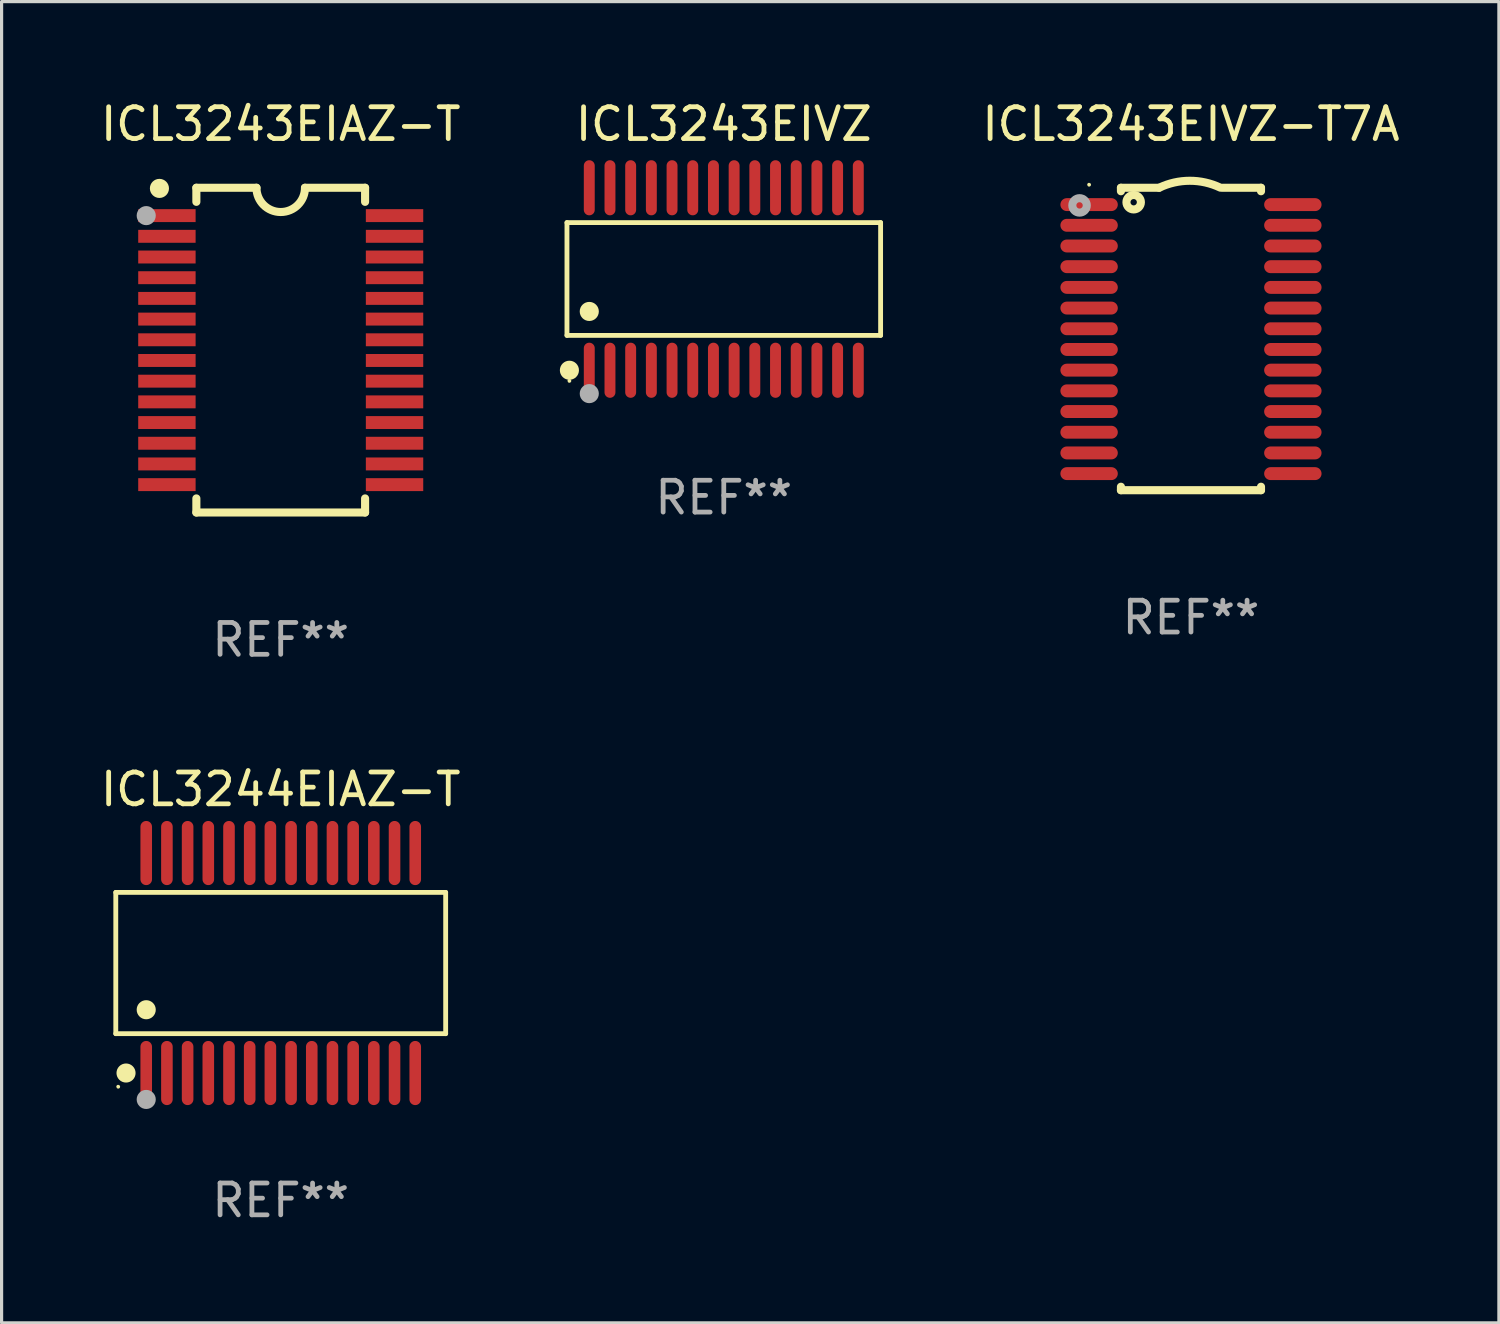
<source format=kicad_pcb>
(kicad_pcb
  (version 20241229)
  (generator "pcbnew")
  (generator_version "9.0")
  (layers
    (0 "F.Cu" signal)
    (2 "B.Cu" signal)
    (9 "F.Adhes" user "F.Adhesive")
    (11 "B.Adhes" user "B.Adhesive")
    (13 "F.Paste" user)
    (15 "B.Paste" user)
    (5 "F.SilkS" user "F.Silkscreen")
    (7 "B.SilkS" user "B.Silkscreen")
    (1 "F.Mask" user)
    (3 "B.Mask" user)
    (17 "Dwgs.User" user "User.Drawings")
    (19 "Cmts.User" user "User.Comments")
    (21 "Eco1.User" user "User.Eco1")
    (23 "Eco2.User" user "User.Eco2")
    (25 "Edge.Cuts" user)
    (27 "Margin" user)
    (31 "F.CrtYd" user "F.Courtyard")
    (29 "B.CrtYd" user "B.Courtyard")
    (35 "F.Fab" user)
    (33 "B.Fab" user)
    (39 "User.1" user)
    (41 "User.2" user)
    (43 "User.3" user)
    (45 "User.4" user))
  (footprint "ICL3243EIVZ"
    (layer "F.Cu")
    (at 19.685 5.714)
    (property "Reference" "ICL3243EIVZ" (at 0 -4.866 0) (layer "F.SilkS") (effects (font (size 1 1) (thickness 0.15))))
    (attr through_hole)
    (fp_line (start -4.926 -1.772) (end 4.926 -1.772) (stroke (width 0.152) (type solid)) (layer "F.SilkS"))
    (fp_line (start -4.926 1.771) (end -4.926 -1.772) (stroke (width 0.152) (type solid)) (layer "F.SilkS"))
    (fp_line (start 4.926 -1.772) (end 4.926 1.771) (stroke (width 0.152) (type solid)) (layer "F.SilkS"))
    (fp_line (start 4.926 1.771) (end -4.926 1.771) (stroke (width 0.152) (type solid)) (layer "F.SilkS"))
    (fp_circle (center -4.85 3.2) (end -4.82 3.2) (stroke (width 0.06) (type solid)) (fill no) (layer "F.SilkS"))
    (fp_circle (center -4.849 2.866) (end -4.699 2.866) (stroke (width 0.3) (type solid)) (fill no) (layer "F.SilkS"))
    (fp_circle (center -4.225 1.019) (end -4.075 1.019) (stroke (width 0.3) (type solid)) (fill no) (layer "F.SilkS"))
    (fp_circle (center -4.225 3.6) (end -4.075 3.6) (stroke (width 0.3) (type solid)) (fill no) (layer "F.Fab"))
    (fp_text user "REF**" (at 0 6.866 0) (layer "F.Fab") (effects (font (size 1 1) (thickness 0.15))))
    (pad "1" smd oval (at -4.225 2.866) (size 0.343 1.731) (layers "F.Cu" "F.Mask" "F.Paste"))
    (pad "2" smd oval (at -3.575 2.866) (size 0.343 1.731) (layers "F.Cu" "F.Mask" "F.Paste"))
    (pad "3" smd oval (at -2.925 2.866) (size 0.343 1.731) (layers "F.Cu" "F.Mask" "F.Paste"))
    (pad "4" smd oval (at -2.275 2.866) (size 0.343 1.731) (layers "F.Cu" "F.Mask" "F.Paste"))
    (pad "5" smd oval (at -1.625 2.866) (size 0.343 1.731) (layers "F.Cu" "F.Mask" "F.Paste"))
    (pad "6" smd oval (at -0.975 2.866) (size 0.343 1.731) (layers "F.Cu" "F.Mask" "F.Paste"))
    (pad "7" smd oval (at -0.325 2.866) (size 0.343 1.731) (layers "F.Cu" "F.Mask" "F.Paste"))
    (pad "8" smd oval (at 0.325 2.866) (size 0.343 1.731) (layers "F.Cu" "F.Mask" "F.Paste"))
    (pad "9" smd oval (at 0.975 2.866) (size 0.343 1.731) (layers "F.Cu" "F.Mask" "F.Paste"))
    (pad "10" smd oval (at 1.625 2.866) (size 0.343 1.731) (layers "F.Cu" "F.Mask" "F.Paste"))
    (pad "11" smd oval (at 2.275 2.866) (size 0.343 1.731) (layers "F.Cu" "F.Mask" "F.Paste"))
    (pad "12" smd oval (at 2.925 2.866) (size 0.343 1.731) (layers "F.Cu" "F.Mask" "F.Paste"))
    (pad "13" smd oval (at 3.575 2.866) (size 0.343 1.731) (layers "F.Cu" "F.Mask" "F.Paste"))
    (pad "14" smd oval (at 4.225 2.866) (size 0.343 1.731) (layers "F.Cu" "F.Mask" "F.Paste"))
    (pad "15" smd oval (at 4.225 -2.866) (size 0.343 1.731) (layers "F.Cu" "F.Mask" "F.Paste"))
    (pad "16" smd oval (at 3.575 -2.866) (size 0.343 1.731) (layers "F.Cu" "F.Mask" "F.Paste"))
    (pad "17" smd oval (at 2.925 -2.866) (size 0.343 1.731) (layers "F.Cu" "F.Mask" "F.Paste"))
    (pad "18" smd oval (at 2.275 -2.866) (size 0.343 1.731) (layers "F.Cu" "F.Mask" "F.Paste"))
    (pad "19" smd oval (at 1.625 -2.866) (size 0.343 1.731) (layers "F.Cu" "F.Mask" "F.Paste"))
    (pad "20" smd oval (at 0.975 -2.866) (size 0.343 1.731) (layers "F.Cu" "F.Mask" "F.Paste"))
    (pad "21" smd oval (at 0.325 -2.866) (size 0.343 1.731) (layers "F.Cu" "F.Mask" "F.Paste"))
    (pad "22" smd oval (at -0.325 -2.866) (size 0.343 1.731) (layers "F.Cu" "F.Mask" "F.Paste"))
    (pad "23" smd oval (at -0.975 -2.866) (size 0.343 1.731) (layers "F.Cu" "F.Mask" "F.Paste"))
    (pad "24" smd oval (at -1.625 -2.866) (size 0.343 1.731) (layers "F.Cu" "F.Mask" "F.Paste"))
    (pad "25" smd oval (at -2.275 -2.866) (size 0.343 1.731) (layers "F.Cu" "F.Mask" "F.Paste"))
    (pad "26" smd oval (at -2.925 -2.866) (size 0.343 1.731) (layers "F.Cu" "F.Mask" "F.Paste"))
    (pad "27" smd oval (at -3.575 -2.866) (size 0.343 1.731) (layers "F.Cu" "F.Mask" "F.Paste"))
    (pad "28" smd oval (at -4.225 -2.866) (size 0.343 1.731) (layers "F.Cu" "F.Mask" "F.Paste")))
  (footprint "ICL3243EIAZ-T"
    (layer "F.Cu")
    (at 5.768 7.948)
    (property "Reference" "ICL3243EIAZ-T" (at 0 -7.1 0) (layer "F.SilkS") (effects (font (size 1 1) (thickness 0.15))))
    (attr through_hole)
    (fp_line (start -2.65 -5.1) (end -0.762 -5.1) (stroke (width 0.254) (type solid)) (layer "F.SilkS"))
    (fp_line (start -2.65 -4.658) (end -2.65 -5.1) (stroke (width 0.254) (type solid)) (layer "F.SilkS"))
    (fp_line (start -2.65 5.1) (end -2.65 4.658) (stroke (width 0.254) (type solid)) (layer "F.SilkS"))
    (fp_line (start -2.65 5.1) (end 2.65 5.1) (stroke (width 0.254) (type solid)) (layer "F.SilkS"))
    (fp_line (start 2.65 -5.1) (end 0.762 -5.1) (stroke (width 0.254) (type solid)) (layer "F.SilkS"))
    (fp_line (start 2.65 -5.1) (end 2.65 -4.658) (stroke (width 0.254) (type solid)) (layer "F.SilkS"))
    (fp_line (start 2.65 4.658) (end 2.65 5.1) (stroke (width 0.254) (type solid)) (layer "F.SilkS"))
    (fp_arc (start 0.761925 -5.1) (mid -0.000241 -4.338329) (end -0.762077 -5.10033) (stroke (width 0.254001) (type solid)) (layer "F.SilkS"))
    (fp_circle (center -3.858 -5.07) (end -3.828 -5.07) (stroke (width 0.06) (type solid)) (fill no) (layer "F.SilkS"))
    (fp_circle (center -3.81 -5.08) (end -3.66 -5.08) (stroke (width 0.3) (type solid)) (fill no) (layer "F.SilkS"))
    (fp_circle (center -4.225 -4.225) (end -4.075 -4.225) (stroke (width 0.3) (type solid)) (fill no) (layer "F.Fab"))
    (fp_text user "REF**" (at 0 9.1 0) (layer "F.Fab") (effects (font (size 1 1) (thickness 0.15))))
    (pad "1" smd rect (at -3.575 -4.225) (size 1.803 0.406) (layers "F.Cu" "F.Mask" "F.Paste"))
    (pad "2" smd rect (at -3.575 -3.575) (size 1.803 0.406) (layers "F.Cu" "F.Mask" "F.Paste"))
    (pad "3" smd rect (at -3.575 -2.925) (size 1.803 0.406) (layers "F.Cu" "F.Mask" "F.Paste"))
    (pad "4" smd rect (at -3.575 -2.275) (size 1.803 0.406) (layers "F.Cu" "F.Mask" "F.Paste"))
    (pad "5" smd rect (at -3.575 -1.625) (size 1.803 0.406) (layers "F.Cu" "F.Mask" "F.Paste"))
    (pad "6" smd rect (at -3.575 -0.975) (size 1.803 0.406) (layers "F.Cu" "F.Mask" "F.Paste"))
    (pad "7" smd rect (at -3.575 -0.325) (size 1.803 0.406) (layers "F.Cu" "F.Mask" "F.Paste"))
    (pad "8" smd rect (at -3.575 0.325) (size 1.803 0.406) (layers "F.Cu" "F.Mask" "F.Paste"))
    (pad "9" smd rect (at -3.575 0.975) (size 1.803 0.406) (layers "F.Cu" "F.Mask" "F.Paste"))
    (pad "10" smd rect (at -3.575 1.625) (size 1.803 0.406) (layers "F.Cu" "F.Mask" "F.Paste"))
    (pad "11" smd rect (at -3.575 2.275) (size 1.803 0.406) (layers "F.Cu" "F.Mask" "F.Paste"))
    (pad "12" smd rect (at -3.575 2.925) (size 1.803 0.406) (layers "F.Cu" "F.Mask" "F.Paste"))
    (pad "13" smd rect (at -3.575 3.575) (size 1.803 0.406) (layers "F.Cu" "F.Mask" "F.Paste"))
    (pad "14" smd rect (at -3.575 4.225) (size 1.803 0.406) (layers "F.Cu" "F.Mask" "F.Paste"))
    (pad "15" smd rect (at 3.575 4.225) (size 1.803 0.406) (layers "F.Cu" "F.Mask" "F.Paste"))
    (pad "16" smd rect (at 3.575 3.575) (size 1.803 0.406) (layers "F.Cu" "F.Mask" "F.Paste"))
    (pad "17" smd rect (at 3.575 2.925) (size 1.803 0.406) (layers "F.Cu" "F.Mask" "F.Paste"))
    (pad "18" smd rect (at 3.575 2.275) (size 1.803 0.406) (layers "F.Cu" "F.Mask" "F.Paste"))
    (pad "19" smd rect (at 3.575 1.625) (size 1.803 0.406) (layers "F.Cu" "F.Mask" "F.Paste"))
    (pad "20" smd rect (at 3.575 0.975) (size 1.803 0.406) (layers "F.Cu" "F.Mask" "F.Paste"))
    (pad "21" smd rect (at 3.575 0.325) (size 1.803 0.406) (layers "F.Cu" "F.Mask" "F.Paste"))
    (pad "22" smd rect (at 3.575 -0.325) (size 1.803 0.406) (layers "F.Cu" "F.Mask" "F.Paste"))
    (pad "23" smd rect (at 3.575 -0.975) (size 1.803 0.406) (layers "F.Cu" "F.Mask" "F.Paste"))
    (pad "24" smd rect (at 3.575 -1.625) (size 1.803 0.406) (layers "F.Cu" "F.Mask" "F.Paste"))
    (pad "25" smd rect (at 3.575 -2.275) (size 1.803 0.406) (layers "F.Cu" "F.Mask" "F.Paste"))
    (pad "26" smd rect (at 3.575 -2.925) (size 1.803 0.406) (layers "F.Cu" "F.Mask" "F.Paste"))
    (pad "27" smd rect (at 3.575 -3.575) (size 1.803 0.406) (layers "F.Cu" "F.Mask" "F.Paste"))
    (pad "28" smd rect (at 3.575 -4.225) (size 1.803 0.406) (layers "F.Cu" "F.Mask" "F.Paste")))
  (footprint "ICL3244EIAZ-T"
    (layer "F.Cu")
    (at 5.768 27.2)
    (property "Reference" "ICL3244EIAZ-T" (at 0 -5.455 0) (layer "F.SilkS") (effects (font (size 1 1) (thickness 0.15))))
    (attr through_hole)
    (fp_line (start -5.181 -2.219) (end 5.181 -2.219) (stroke (width 0.152) (type solid)) (layer "F.SilkS"))
    (fp_line (start -5.181 2.219) (end -5.181 -2.219) (stroke (width 0.152) (type solid)) (layer "F.SilkS"))
    (fp_line (start 5.181 -2.219) (end 5.181 2.219) (stroke (width 0.152) (type solid)) (layer "F.SilkS"))
    (fp_line (start 5.181 2.219) (end -5.181 2.219) (stroke (width 0.152) (type solid)) (layer "F.SilkS"))
    (fp_circle (center -5.105 3.885) (end -5.075 3.885) (stroke (width 0.06) (type solid)) (fill no) (layer "F.SilkS"))
    (fp_circle (center -4.859 3.455) (end -4.709 3.455) (stroke (width 0.3) (type solid)) (fill no) (layer "F.SilkS"))
    (fp_circle (center -4.225 1.467) (end -4.075 1.467) (stroke (width 0.3) (type solid)) (fill no) (layer "F.SilkS"))
    (fp_circle (center -4.225 4.285) (end -4.075 4.285) (stroke (width 0.3) (type solid)) (fill no) (layer "F.Fab"))
    (fp_text user "REF**" (at 0 7.455 0) (layer "F.Fab") (effects (font (size 1 1) (thickness 0.15))))
    (pad "1" smd oval (at -4.225 3.455) (size 0.364 2.015) (layers "F.Cu" "F.Mask" "F.Paste"))
    (pad "2" smd oval (at -3.575 3.455) (size 0.364 2.015) (layers "F.Cu" "F.Mask" "F.Paste"))
    (pad "3" smd oval (at -2.925 3.455) (size 0.364 2.015) (layers "F.Cu" "F.Mask" "F.Paste"))
    (pad "4" smd oval (at -2.275 3.455) (size 0.364 2.015) (layers "F.Cu" "F.Mask" "F.Paste"))
    (pad "5" smd oval (at -1.625 3.455) (size 0.364 2.015) (layers "F.Cu" "F.Mask" "F.Paste"))
    (pad "6" smd oval (at -0.975 3.455) (size 0.364 2.015) (layers "F.Cu" "F.Mask" "F.Paste"))
    (pad "7" smd oval (at -0.325 3.455) (size 0.364 2.015) (layers "F.Cu" "F.Mask" "F.Paste"))
    (pad "8" smd oval (at 0.325 3.455) (size 0.364 2.015) (layers "F.Cu" "F.Mask" "F.Paste"))
    (pad "9" smd oval (at 0.975 3.455) (size 0.364 2.015) (layers "F.Cu" "F.Mask" "F.Paste"))
    (pad "10" smd oval (at 1.625 3.455) (size 0.364 2.015) (layers "F.Cu" "F.Mask" "F.Paste"))
    (pad "11" smd oval (at 2.275 3.455) (size 0.364 2.015) (layers "F.Cu" "F.Mask" "F.Paste"))
    (pad "12" smd oval (at 2.925 3.455) (size 0.364 2.015) (layers "F.Cu" "F.Mask" "F.Paste"))
    (pad "13" smd oval (at 3.575 3.455) (size 0.364 2.015) (layers "F.Cu" "F.Mask" "F.Paste"))
    (pad "14" smd oval (at 4.225 3.455) (size 0.364 2.015) (layers "F.Cu" "F.Mask" "F.Paste"))
    (pad "15" smd oval (at 4.225 -3.455) (size 0.364 2.015) (layers "F.Cu" "F.Mask" "F.Paste"))
    (pad "16" smd oval (at 3.575 -3.455) (size 0.364 2.015) (layers "F.Cu" "F.Mask" "F.Paste"))
    (pad "17" smd oval (at 2.925 -3.455) (size 0.364 2.015) (layers "F.Cu" "F.Mask" "F.Paste"))
    (pad "18" smd oval (at 2.275 -3.455) (size 0.364 2.015) (layers "F.Cu" "F.Mask" "F.Paste"))
    (pad "19" smd oval (at 1.625 -3.455) (size 0.364 2.015) (layers "F.Cu" "F.Mask" "F.Paste"))
    (pad "20" smd oval (at 0.975 -3.455) (size 0.364 2.015) (layers "F.Cu" "F.Mask" "F.Paste"))
    (pad "21" smd oval (at 0.325 -3.455) (size 0.364 2.015) (layers "F.Cu" "F.Mask" "F.Paste"))
    (pad "22" smd oval (at -0.325 -3.455) (size 0.364 2.015) (layers "F.Cu" "F.Mask" "F.Paste"))
    (pad "23" smd oval (at -0.975 -3.455) (size 0.364 2.015) (layers "F.Cu" "F.Mask" "F.Paste"))
    (pad "24" smd oval (at -1.625 -3.455) (size 0.364 2.015) (layers "F.Cu" "F.Mask" "F.Paste"))
    (pad "25" smd oval (at -2.275 -3.455) (size 0.364 2.015) (layers "F.Cu" "F.Mask" "F.Paste"))
    (pad "26" smd oval (at -2.925 -3.455) (size 0.364 2.015) (layers "F.Cu" "F.Mask" "F.Paste"))
    (pad "27" smd oval (at -3.575 -3.455) (size 0.364 2.015) (layers "F.Cu" "F.Mask" "F.Paste"))
    (pad "28" smd oval (at -4.225 -3.455) (size 0.364 2.015) (layers "F.Cu" "F.Mask" "F.Paste")))
  (footprint "ICL3243EIVZ-T7A"
    (layer "F.Cu")
    (at 34.36 7.598)
    (property "Reference" "ICL3243EIVZ-T7A" (at 0 -6.75 0) (layer "F.SilkS") (effects (font (size 1 1) (thickness 0.15))))
    (attr through_hole)
    (fp_line (start -2.2 -4.75) (end -2.2 -4.641) (stroke (width 0.254) (type solid)) (layer "F.SilkS"))
    (fp_line (start -2.2 -4.75) (end -1 -4.75) (stroke (width 0.254) (type solid)) (layer "F.SilkS"))
    (fp_line (start -2.2 4.641) (end -2.2 4.75) (stroke (width 0.254) (type solid)) (layer "F.SilkS"))
    (fp_line (start -2.2 4.75) (end 2.2 4.75) (stroke (width 0.254) (type solid)) (layer "F.SilkS"))
    (fp_line (start 2.2 -4.75) (end 1 -4.75) (stroke (width 0.254) (type solid)) (layer "F.SilkS"))
    (fp_line (start 2.2 -4.75) (end 2.2 -4.641) (stroke (width 0.254) (type solid)) (layer "F.SilkS"))
    (fp_line (start 2.2 4.641) (end 2.2 4.75) (stroke (width 0.254) (type solid)) (layer "F.SilkS"))
    (fp_arc (start -1.000025 -4.750013) (mid -0.040073 -4.969719) (end 0.920777 -4.753975) (stroke (width 0.254001) (type solid)) (layer "F.SilkS"))
    (fp_circle (center -3.2 -4.846) (end -3.17 -4.846) (stroke (width 0.06) (type solid)) (fill no) (layer "F.SilkS"))
    (fp_circle (center -1.8 -4.296) (end -1.7 -4.296) (stroke (width 0.254) (type solid)) (fill no) (layer "F.SilkS"))
    (fp_circle (center -3.5 -4.196) (end -3.4 -4.196) (stroke (width 0.254) (type solid)) (fill no) (layer "F.Fab"))
    (fp_text user "REF**" (at 0 8.75 0) (layer "F.Fab") (effects (font (size 1 1) (thickness 0.15))))
    (pad "1" smd oval (at -3.2 -4.221) (size 1.803 0.406) (layers "F.Cu" "F.Mask" "F.Paste"))
    (pad "2" smd oval (at -3.2 -3.571) (size 1.803 0.406) (layers "F.Cu" "F.Mask" "F.Paste"))
    (pad "3" smd oval (at -3.2 -2.921) (size 1.803 0.406) (layers "F.Cu" "F.Mask" "F.Paste"))
    (pad "4" smd oval (at -3.2 -2.271) (size 1.803 0.406) (layers "F.Cu" "F.Mask" "F.Paste"))
    (pad "5" smd oval (at -3.2 -1.621) (size 1.803 0.406) (layers "F.Cu" "F.Mask" "F.Paste"))
    (pad "6" smd oval (at -3.2 -0.971) (size 1.803 0.406) (layers "F.Cu" "F.Mask" "F.Paste"))
    (pad "7" smd oval (at -3.2 -0.321) (size 1.803 0.406) (layers "F.Cu" "F.Mask" "F.Paste"))
    (pad "8" smd oval (at -3.2 0.329) (size 1.803 0.406) (layers "F.Cu" "F.Mask" "F.Paste"))
    (pad "9" smd oval (at -3.2 0.979) (size 1.803 0.406) (layers "F.Cu" "F.Mask" "F.Paste"))
    (pad "10" smd oval (at -3.2 1.629) (size 1.803 0.406) (layers "F.Cu" "F.Mask" "F.Paste"))
    (pad "11" smd oval (at -3.2 2.279) (size 1.803 0.406) (layers "F.Cu" "F.Mask" "F.Paste"))
    (pad "12" smd oval (at -3.2 2.929) (size 1.803 0.406) (layers "F.Cu" "F.Mask" "F.Paste"))
    (pad "13" smd oval (at -3.2 3.579) (size 1.803 0.406) (layers "F.Cu" "F.Mask" "F.Paste"))
    (pad "14" smd oval (at -3.2 4.229) (size 1.803 0.406) (layers "F.Cu" "F.Mask" "F.Paste"))
    (pad "15" smd oval (at 3.2 4.229) (size 1.803 0.406) (layers "F.Cu" "F.Mask" "F.Paste"))
    (pad "16" smd oval (at 3.2 3.579) (size 1.803 0.406) (layers "F.Cu" "F.Mask" "F.Paste"))
    (pad "17" smd oval (at 3.2 2.929) (size 1.803 0.406) (layers "F.Cu" "F.Mask" "F.Paste"))
    (pad "18" smd oval (at 3.2 2.279) (size 1.803 0.406) (layers "F.Cu" "F.Mask" "F.Paste"))
    (pad "19" smd oval (at 3.2 1.629) (size 1.803 0.406) (layers "F.Cu" "F.Mask" "F.Paste"))
    (pad "20" smd oval (at 3.2 0.979) (size 1.803 0.406) (layers "F.Cu" "F.Mask" "F.Paste"))
    (pad "21" smd oval (at 3.2 0.329) (size 1.803 0.406) (layers "F.Cu" "F.Mask" "F.Paste"))
    (pad "22" smd oval (at 3.2 -0.321) (size 1.803 0.406) (layers "F.Cu" "F.Mask" "F.Paste"))
    (pad "23" smd oval (at 3.2 -0.971) (size 1.803 0.406) (layers "F.Cu" "F.Mask" "F.Paste"))
    (pad "24" smd oval (at 3.2 -1.621) (size 1.803 0.406) (layers "F.Cu" "F.Mask" "F.Paste"))
    (pad "25" smd oval (at 3.2 -2.271) (size 1.803 0.406) (layers "F.Cu" "F.Mask" "F.Paste"))
    (pad "26" smd oval (at 3.2 -2.921) (size 1.803 0.406) (layers "F.Cu" "F.Mask" "F.Paste"))
    (pad "27" smd oval (at 3.2 -3.571) (size 1.803 0.406) (layers "F.Cu" "F.Mask" "F.Paste"))
    (pad "28" smd oval (at 3.2 -4.221) (size 1.803 0.406) (layers "F.Cu" "F.Mask" "F.Paste")))
  (gr_rect
    (start -3 -3)
    (end 44.032 38.503)
    (stroke (width 0.1) (type default))
    (fill no)
    (layer "Edge.Cuts")))
</source>
